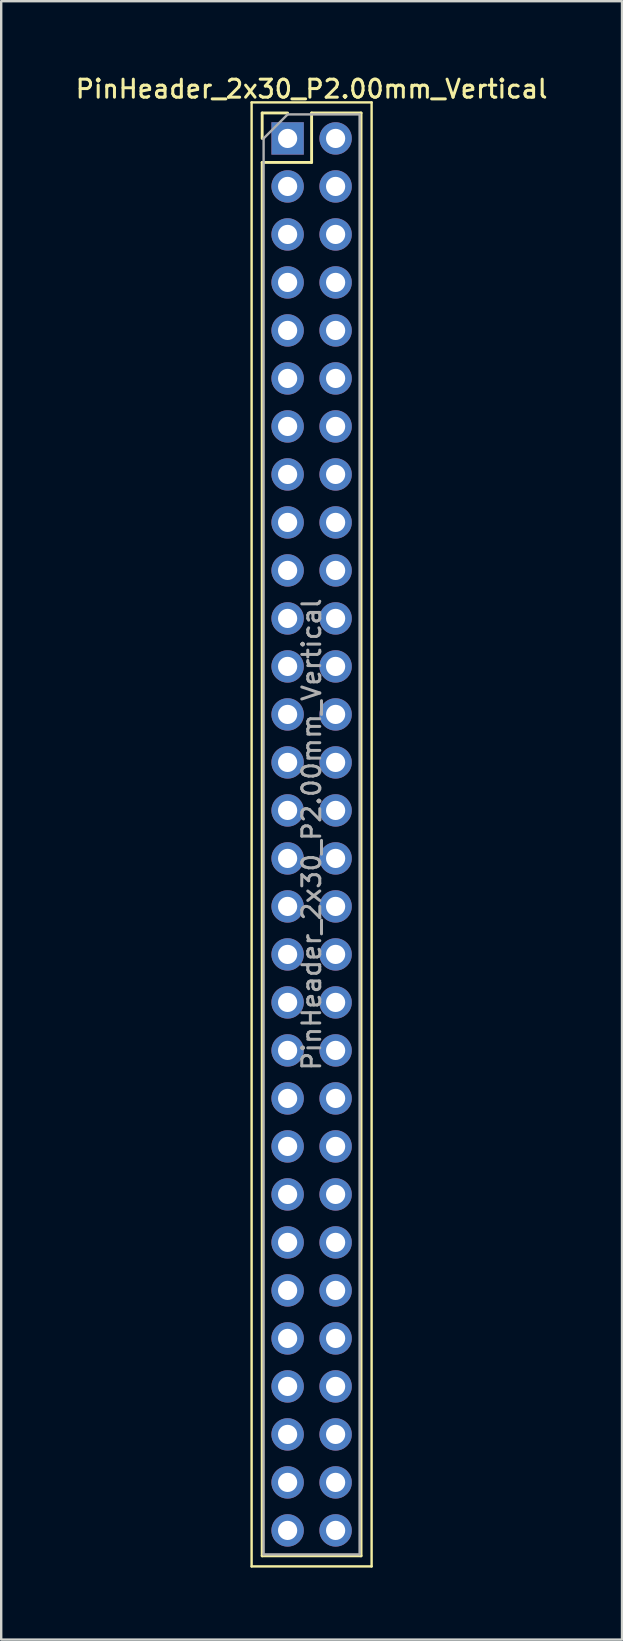
<source format=kicad_pcb>
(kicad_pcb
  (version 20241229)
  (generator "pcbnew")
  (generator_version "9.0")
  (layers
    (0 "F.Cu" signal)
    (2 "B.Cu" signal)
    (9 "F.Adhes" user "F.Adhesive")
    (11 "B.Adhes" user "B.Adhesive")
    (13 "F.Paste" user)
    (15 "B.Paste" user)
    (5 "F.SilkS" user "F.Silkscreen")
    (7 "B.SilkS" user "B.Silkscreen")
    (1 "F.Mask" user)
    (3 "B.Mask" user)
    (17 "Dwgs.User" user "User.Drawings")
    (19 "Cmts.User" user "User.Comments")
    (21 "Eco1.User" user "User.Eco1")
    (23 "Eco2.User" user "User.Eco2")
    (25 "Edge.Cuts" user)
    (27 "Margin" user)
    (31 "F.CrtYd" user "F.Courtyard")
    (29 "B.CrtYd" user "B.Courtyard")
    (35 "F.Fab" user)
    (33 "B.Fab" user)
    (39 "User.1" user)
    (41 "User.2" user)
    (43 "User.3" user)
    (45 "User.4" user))
  (footprint "PinHeader_2x30_P2.00mm_Vertical"
    (layer "F.Cu")
    (at 8.934 2.718)
    (property "Reference" "PinHeader_2x30_P2.00mm_Vertical" (at 1 -2.06 0) (layer "F.SilkS") (effects (font (size 0.75 0.75) (thickness 0.125))))
    (attr through_hole)
    (fp_line (start -1.5 -1.5) (end -1.5 59.5) (stroke (width 0.1) (type solid)) (layer "F.SilkS"))
    (fp_line (start -1.5 59.5) (end 3.5 59.5) (stroke (width 0.1) (type solid)) (layer "F.SilkS"))
    (fp_line (start -1.06 -1.06) (end 0 -1.06) (stroke (width 0.12) (type solid)) (layer "F.SilkS"))
    (fp_line (start -1.06 0) (end -1.06 -1.06) (stroke (width 0.12) (type solid)) (layer "F.SilkS"))
    (fp_line (start -1.06 1) (end -1.06 59.06) (stroke (width 0.12) (type solid)) (layer "F.SilkS"))
    (fp_line (start -1.06 1) (end 1 1) (stroke (width 0.12) (type solid)) (layer "F.SilkS"))
    (fp_line (start -1.06 59.06) (end 3.06 59.06) (stroke (width 0.12) (type solid)) (layer "F.SilkS"))
    (fp_line (start 1 -1.06) (end 3.06 -1.06) (stroke (width 0.12) (type solid)) (layer "F.SilkS"))
    (fp_line (start 1 1) (end 1 -1.06) (stroke (width 0.12) (type solid)) (layer "F.SilkS"))
    (fp_line (start 3.06 -1.06) (end 3.06 59.06) (stroke (width 0.12) (type solid)) (layer "F.SilkS"))
    (fp_line (start 3.5 -1.5) (end -1.5 -1.5) (stroke (width 0.1) (type solid)) (layer "F.SilkS"))
    (fp_line (start 3.5 59.5) (end 3.5 -1.5) (stroke (width 0.1) (type solid)) (layer "F.SilkS"))
    (fp_line (start -1 0) (end 0 -1) (stroke (width 0.1) (type solid)) (layer "F.Fab"))
    (fp_line (start -1 59) (end -1 0) (stroke (width 0.1) (type solid)) (layer "F.Fab"))
    (fp_line (start 0 -1) (end 3 -1) (stroke (width 0.1) (type solid)) (layer "F.Fab"))
    (fp_line (start 3 -1) (end 3 59) (stroke (width 0.1) (type solid)) (layer "F.Fab"))
    (fp_line (start 3 59) (end -1 59) (stroke (width 0.1) (type solid)) (layer "F.Fab"))
    (fp_text user "${REFERENCE}" (at 1 29 90) (layer "F.Fab") (effects (font (size 0.75 0.75) (thickness 0.125))))
    (pad "1" thru_hole rect (at 0 0) (size 1.35 1.35) (drill 0.8) (layers "*.Cu" "*.Mask"))
    (pad "2" thru_hole oval (at 2 0) (size 1.35 1.35) (drill 0.8) (layers "*.Cu" "*.Mask"))
    (pad "3" thru_hole oval (at 0 2) (size 1.35 1.35) (drill 0.8) (layers "*.Cu" "*.Mask"))
    (pad "4" thru_hole oval (at 2 2) (size 1.35 1.35) (drill 0.8) (layers "*.Cu" "*.Mask"))
    (pad "5" thru_hole oval (at 0 4) (size 1.35 1.35) (drill 0.8) (layers "*.Cu" "*.Mask"))
    (pad "6" thru_hole oval (at 2 4) (size 1.35 1.35) (drill 0.8) (layers "*.Cu" "*.Mask"))
    (pad "7" thru_hole oval (at 0 6) (size 1.35 1.35) (drill 0.8) (layers "*.Cu" "*.Mask"))
    (pad "8" thru_hole oval (at 2 6) (size 1.35 1.35) (drill 0.8) (layers "*.Cu" "*.Mask"))
    (pad "9" thru_hole oval (at 0 8) (size 1.35 1.35) (drill 0.8) (layers "*.Cu" "*.Mask"))
    (pad "10" thru_hole oval (at 2 8) (size 1.35 1.35) (drill 0.8) (layers "*.Cu" "*.Mask"))
    (pad "11" thru_hole oval (at 0 10) (size 1.35 1.35) (drill 0.8) (layers "*.Cu" "*.Mask"))
    (pad "12" thru_hole oval (at 2 10) (size 1.35 1.35) (drill 0.8) (layers "*.Cu" "*.Mask"))
    (pad "13" thru_hole oval (at 0 12) (size 1.35 1.35) (drill 0.8) (layers "*.Cu" "*.Mask"))
    (pad "14" thru_hole oval (at 2 12) (size 1.35 1.35) (drill 0.8) (layers "*.Cu" "*.Mask"))
    (pad "15" thru_hole oval (at 0 14) (size 1.35 1.35) (drill 0.8) (layers "*.Cu" "*.Mask"))
    (pad "16" thru_hole oval (at 2 14) (size 1.35 1.35) (drill 0.8) (layers "*.Cu" "*.Mask"))
    (pad "17" thru_hole oval (at 0 16) (size 1.35 1.35) (drill 0.8) (layers "*.Cu" "*.Mask"))
    (pad "18" thru_hole oval (at 2 16) (size 1.35 1.35) (drill 0.8) (layers "*.Cu" "*.Mask"))
    (pad "19" thru_hole oval (at 0 18) (size 1.35 1.35) (drill 0.8) (layers "*.Cu" "*.Mask"))
    (pad "20" thru_hole oval (at 2 18) (size 1.35 1.35) (drill 0.8) (layers "*.Cu" "*.Mask"))
    (pad "21" thru_hole oval (at 0 20) (size 1.35 1.35) (drill 0.8) (layers "*.Cu" "*.Mask"))
    (pad "22" thru_hole oval (at 2 20) (size 1.35 1.35) (drill 0.8) (layers "*.Cu" "*.Mask"))
    (pad "23" thru_hole oval (at 0 22) (size 1.35 1.35) (drill 0.8) (layers "*.Cu" "*.Mask"))
    (pad "24" thru_hole oval (at 2 22) (size 1.35 1.35) (drill 0.8) (layers "*.Cu" "*.Mask"))
    (pad "25" thru_hole oval (at 0 24) (size 1.35 1.35) (drill 0.8) (layers "*.Cu" "*.Mask"))
    (pad "26" thru_hole oval (at 2 24) (size 1.35 1.35) (drill 0.8) (layers "*.Cu" "*.Mask"))
    (pad "27" thru_hole oval (at 0 26) (size 1.35 1.35) (drill 0.8) (layers "*.Cu" "*.Mask"))
    (pad "28" thru_hole oval (at 2 26) (size 1.35 1.35) (drill 0.8) (layers "*.Cu" "*.Mask"))
    (pad "29" thru_hole oval (at 0 28) (size 1.35 1.35) (drill 0.8) (layers "*.Cu" "*.Mask"))
    (pad "30" thru_hole oval (at 2 28) (size 1.35 1.35) (drill 0.8) (layers "*.Cu" "*.Mask"))
    (pad "31" thru_hole oval (at 0 30) (size 1.35 1.35) (drill 0.8) (layers "*.Cu" "*.Mask"))
    (pad "32" thru_hole oval (at 2 30) (size 1.35 1.35) (drill 0.8) (layers "*.Cu" "*.Mask"))
    (pad "33" thru_hole oval (at 0 32) (size 1.35 1.35) (drill 0.8) (layers "*.Cu" "*.Mask"))
    (pad "34" thru_hole oval (at 2 32) (size 1.35 1.35) (drill 0.8) (layers "*.Cu" "*.Mask"))
    (pad "35" thru_hole oval (at 0 34) (size 1.35 1.35) (drill 0.8) (layers "*.Cu" "*.Mask"))
    (pad "36" thru_hole oval (at 2 34) (size 1.35 1.35) (drill 0.8) (layers "*.Cu" "*.Mask"))
    (pad "37" thru_hole oval (at 0 36) (size 1.35 1.35) (drill 0.8) (layers "*.Cu" "*.Mask"))
    (pad "38" thru_hole oval (at 2 36) (size 1.35 1.35) (drill 0.8) (layers "*.Cu" "*.Mask"))
    (pad "39" thru_hole oval (at 0 38) (size 1.35 1.35) (drill 0.8) (layers "*.Cu" "*.Mask"))
    (pad "40" thru_hole oval (at 2 38) (size 1.35 1.35) (drill 0.8) (layers "*.Cu" "*.Mask"))
    (pad "41" thru_hole oval (at 0 40) (size 1.35 1.35) (drill 0.8) (layers "*.Cu" "*.Mask"))
    (pad "42" thru_hole oval (at 2 40) (size 1.35 1.35) (drill 0.8) (layers "*.Cu" "*.Mask"))
    (pad "43" thru_hole oval (at 0 42) (size 1.35 1.35) (drill 0.8) (layers "*.Cu" "*.Mask"))
    (pad "44" thru_hole oval (at 2 42) (size 1.35 1.35) (drill 0.8) (layers "*.Cu" "*.Mask"))
    (pad "45" thru_hole oval (at 0 44) (size 1.35 1.35) (drill 0.8) (layers "*.Cu" "*.Mask"))
    (pad "46" thru_hole oval (at 2 44) (size 1.35 1.35) (drill 0.8) (layers "*.Cu" "*.Mask"))
    (pad "47" thru_hole oval (at 0 46) (size 1.35 1.35) (drill 0.8) (layers "*.Cu" "*.Mask"))
    (pad "48" thru_hole oval (at 2 46) (size 1.35 1.35) (drill 0.8) (layers "*.Cu" "*.Mask"))
    (pad "49" thru_hole oval (at 0 48) (size 1.35 1.35) (drill 0.8) (layers "*.Cu" "*.Mask"))
    (pad "50" thru_hole oval (at 2 48) (size 1.35 1.35) (drill 0.8) (layers "*.Cu" "*.Mask"))
    (pad "51" thru_hole oval (at 0 50) (size 1.35 1.35) (drill 0.8) (layers "*.Cu" "*.Mask"))
    (pad "52" thru_hole oval (at 2 50) (size 1.35 1.35) (drill 0.8) (layers "*.Cu" "*.Mask"))
    (pad "53" thru_hole oval (at 0 52) (size 1.35 1.35) (drill 0.8) (layers "*.Cu" "*.Mask"))
    (pad "54" thru_hole oval (at 2 52) (size 1.35 1.35) (drill 0.8) (layers "*.Cu" "*.Mask"))
    (pad "55" thru_hole oval (at 0 54) (size 1.35 1.35) (drill 0.8) (layers "*.Cu" "*.Mask"))
    (pad "56" thru_hole oval (at 2 54) (size 1.35 1.35) (drill 0.8) (layers "*.Cu" "*.Mask"))
    (pad "57" thru_hole oval (at 0 56) (size 1.35 1.35) (drill 0.8) (layers "*.Cu" "*.Mask"))
    (pad "58" thru_hole oval (at 2 56) (size 1.35 1.35) (drill 0.8) (layers "*.Cu" "*.Mask"))
    (pad "59" thru_hole oval (at 0 58) (size 1.35 1.35) (drill 0.8) (layers "*.Cu" "*.Mask"))
    (pad "60" thru_hole oval (at 2 58) (size 1.35 1.35) (drill 0.8) (layers "*.Cu" "*.Mask")))
  (gr_rect
    (start -3 -3)
    (end 22.868 65.268)
    (stroke (width 0.1) (type default))
    (fill no)
    (layer "Edge.Cuts")))
</source>
